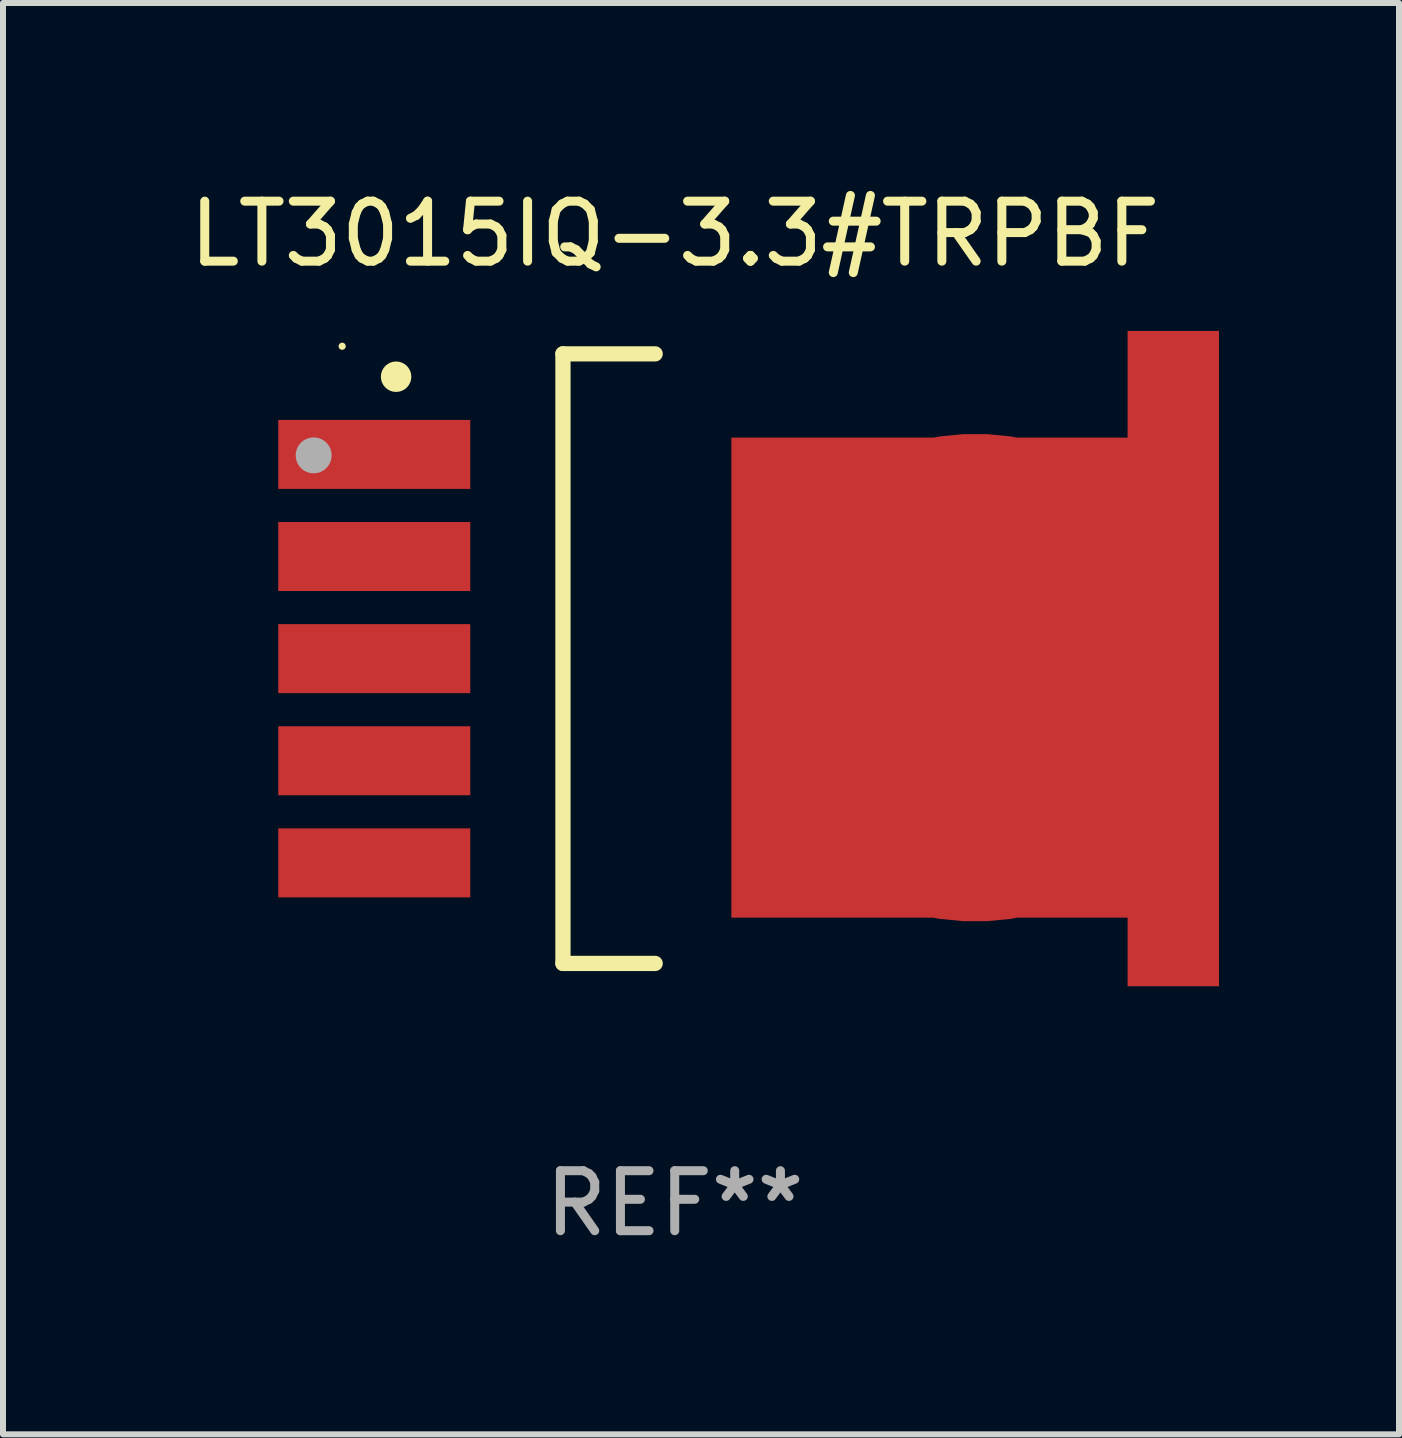
<source format=kicad_pcb>
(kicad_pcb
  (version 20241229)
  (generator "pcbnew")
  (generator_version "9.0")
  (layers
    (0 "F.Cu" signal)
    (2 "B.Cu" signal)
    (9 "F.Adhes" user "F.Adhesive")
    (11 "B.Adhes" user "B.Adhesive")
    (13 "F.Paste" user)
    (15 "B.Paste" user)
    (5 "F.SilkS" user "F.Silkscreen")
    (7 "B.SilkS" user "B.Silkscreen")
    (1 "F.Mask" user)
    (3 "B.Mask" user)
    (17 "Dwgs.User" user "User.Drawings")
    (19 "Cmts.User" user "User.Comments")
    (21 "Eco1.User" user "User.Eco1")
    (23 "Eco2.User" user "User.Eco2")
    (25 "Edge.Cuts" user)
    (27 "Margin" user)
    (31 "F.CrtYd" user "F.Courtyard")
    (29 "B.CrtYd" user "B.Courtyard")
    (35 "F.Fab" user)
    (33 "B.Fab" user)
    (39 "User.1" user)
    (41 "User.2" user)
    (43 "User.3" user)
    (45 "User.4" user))
  (footprint "LT3015IQ-3.3#TRPBF"
    (layer "F.Cu")
    (at 8.196 7.928)
    (property "Reference" "LT3015IQ-3.3#TRPBF" (at 0 -7.08 0) (layer "F.SilkS") (effects (font (size 1 1) (thickness 0.15))))
    (attr through_hole)
    (fp_line (start -1.863 -5.08) (end -0.326 -5.08) (stroke (width 0.254) (type solid)) (layer "F.SilkS"))
    (fp_line (start -1.863 5.08) (end -1.863 -5.08) (stroke (width 0.254) (type solid)) (layer "F.SilkS"))
    (fp_line (start -0.326 5.08) (end -1.863 5.08) (stroke (width 0.254) (type solid)) (layer "F.SilkS"))
    (fp_circle (center -5.543 -5.207) (end -5.513 -5.207) (stroke (width 0.06) (type solid)) (fill no) (layer "F.SilkS"))
    (fp_circle (center -4.644 -4.699) (end -4.517 -4.699) (stroke (width 0.254) (type solid)) (fill no) (layer "F.SilkS"))
    (fp_circle (center -6.018 -3.388) (end -5.868 -3.388) (stroke (width 0.3) (type solid)) (fill no) (layer "F.Fab"))
    (fp_text user "REF**" (at 0 9.08 0) (layer "F.Fab") (effects (font (size 1 1) (thickness 0.15))))
    (pad "1" smd rect (at -5.008 -3.404) (size 3.2 1.15) (layers "F.Cu" "F.Mask" "F.Paste"))
    (pad "2" smd rect (at -5.008 -1.702) (size 3.2 1.15) (layers "F.Cu" "F.Mask" "F.Paste"))
    (pad "3" smd rect (at -5.008 -0.000025) (size 3.2 1.15) (layers "F.Cu" "F.Mask" "F.Paste"))
    (pad "4" smd rect (at -5.008 1.702) (size 3.2 1.15) (layers "F.Cu" "F.Mask" "F.Paste"))
    (pad "5" smd rect (at -5.008 3.404) (size 3.2 1.15) (layers "F.Cu" "F.Mask" "F.Paste"))
    (pad "6" smd custom (at 5.008 0.317) (size 8.128 10.922) (layers "F.Cu" "F.Mask" "F.Paste") (options (anchor circle)) (primitives (gr_poly (pts (xy -4.064 -4.001) (xy 2.54 -4.001) (xy 2.54 -5.779) (xy 4.064 -5.779) (xy 4.064 5.144) (xy 2.54 5.144) (xy 2.54 4) (xy -4.064 4)) (width 0) (fill yes)))))
  (gr_rect
    (start -3 -3)
    (end 20.268 20.857)
    (stroke (width 0.1) (type default))
    (fill no)
    (layer "Edge.Cuts")))
</source>
